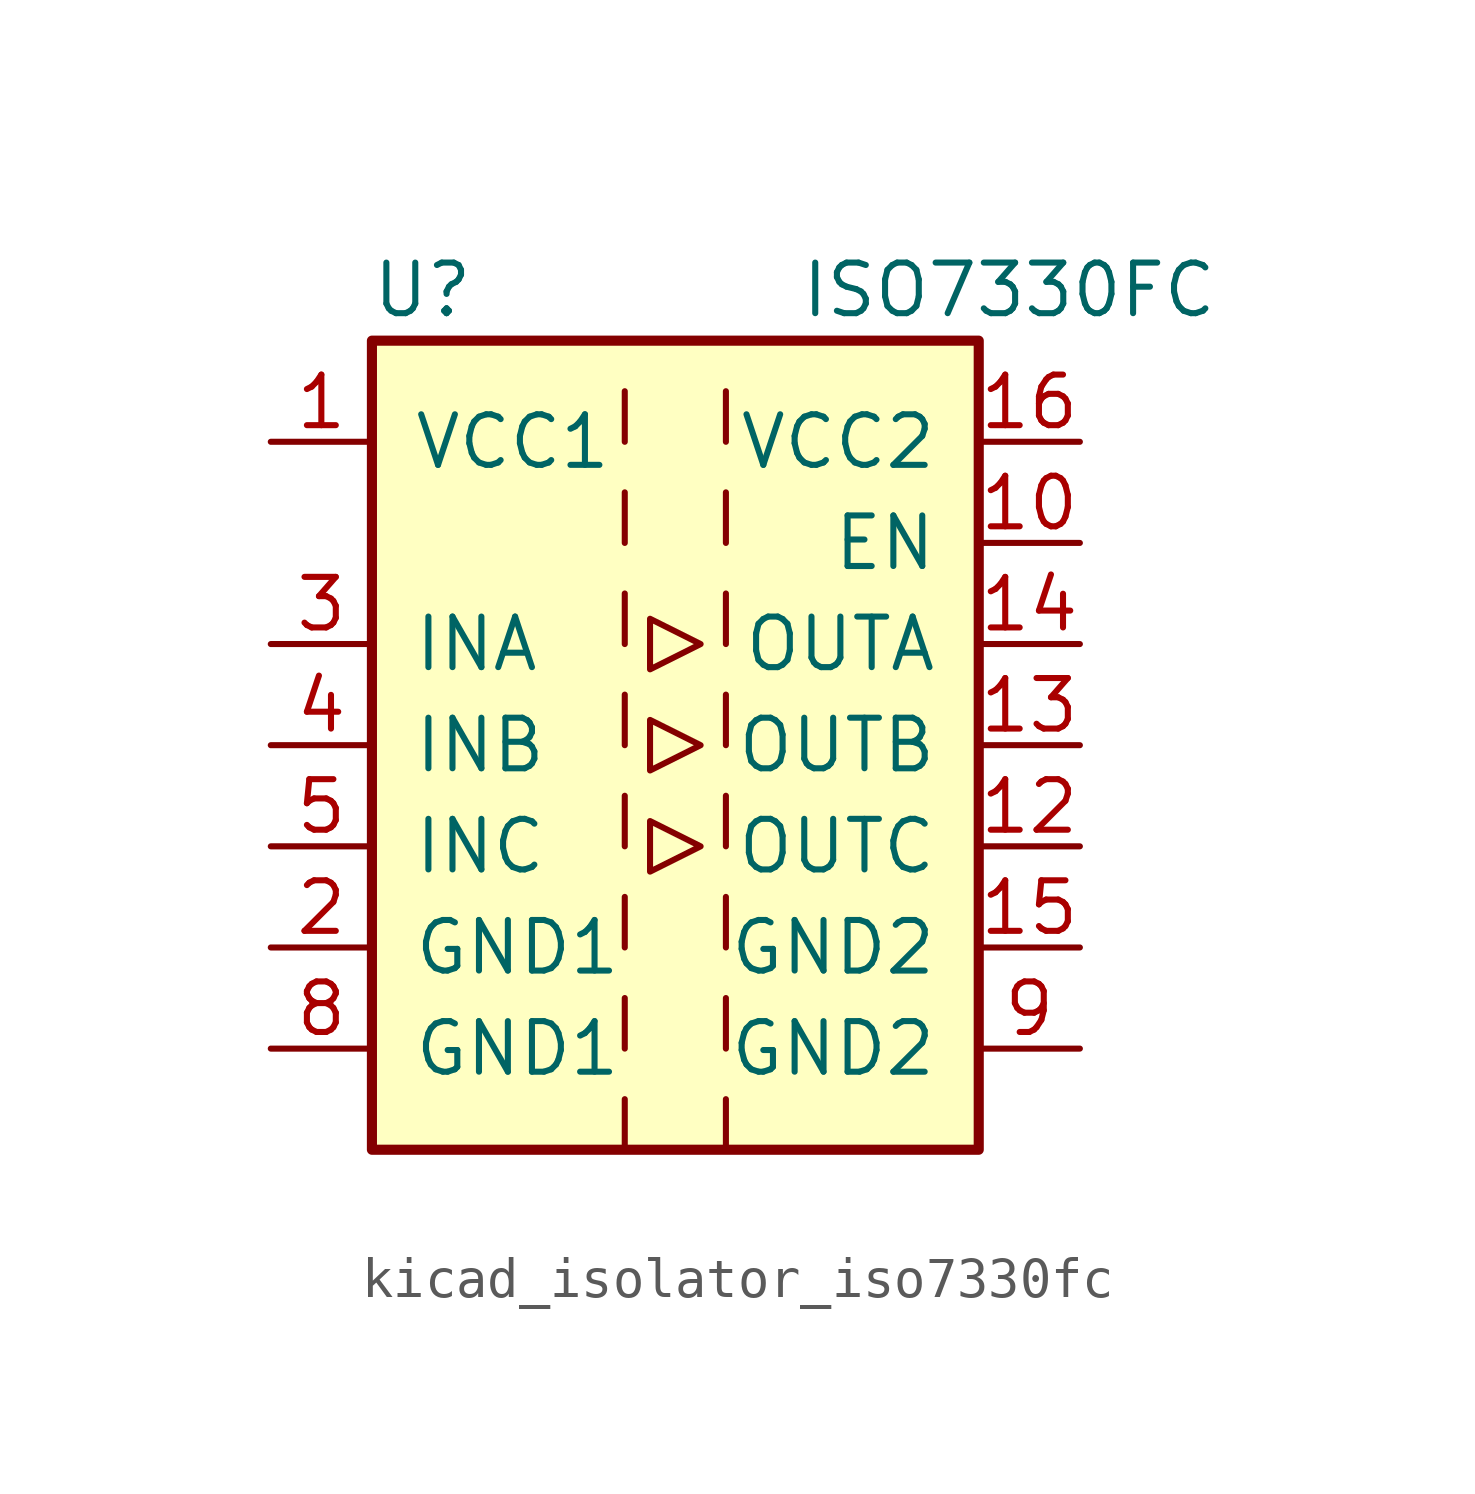
<source format=kicad_sym>
(kicad_symbol_lib
  (version 20220914)
  (generator kicad_symbol_editor)
  (symbol "kicad_isolator_iso7330fc"
    (pin_names
      (offset 1.016))
    (property "Reference" "U"
      (at -6.35 11.43 0)
      (effects (font (size 1.27 1.27))))
    (property "Value" "ISO7330FC"
      (at 8.382 11.43 0)
      (effects (font (size 1.27 1.27))))
    (symbol "kicad_isolator_iso7330fc_0_1"
      (rectangle (start -7.62 10.16) (end 7.62 -10.16) (stroke (width 0.254) (type default)) (fill (type background)))
      (polyline (pts (xy -1.27 -8.89) (xy -1.27 -10.16)) (stroke (width 0) (type default)) (fill (type none)))
      (polyline (pts (xy -1.27 -6.35) (xy -1.27 -7.62)) (stroke (width 0) (type default)) (fill (type none)))
      (polyline (pts (xy -1.27 -3.81) (xy -1.27 -5.08)) (stroke (width 0) (type default)) (fill (type none)))
      (polyline (pts (xy -1.27 -1.27) (xy -1.27 -2.54)) (stroke (width 0) (type default)) (fill (type none)))
      (polyline (pts (xy -1.27 1.27) (xy -1.27 0)) (stroke (width 0) (type default)) (fill (type none)))
      (polyline (pts (xy -1.27 3.81) (xy -1.27 2.54)) (stroke (width 0) (type default)) (fill (type none)))
      (polyline (pts (xy -1.27 6.35) (xy -1.27 5.08)) (stroke (width 0) (type default)) (fill (type none)))
      (polyline (pts (xy -1.27 8.89) (xy -1.27 7.62)) (stroke (width 0) (type default)) (fill (type none)))
      (polyline (pts (xy 1.27 -8.89) (xy 1.27 -10.16)) (stroke (width 0) (type default)) (fill (type none)))
      (polyline (pts (xy 1.27 -6.35) (xy 1.27 -7.62)) (stroke (width 0) (type default)) (fill (type none)))
      (polyline (pts (xy 1.27 -3.81) (xy 1.27 -5.08)) (stroke (width 0) (type default)) (fill (type none)))
      (polyline (pts (xy 1.27 -1.27) (xy 1.27 -2.54)) (stroke (width 0) (type default)) (fill (type none)))
      (polyline (pts (xy 1.27 1.27) (xy 1.27 0)) (stroke (width 0) (type default)) (fill (type none)))
      (polyline (pts (xy 1.27 3.81) (xy 1.27 2.54)) (stroke (width 0) (type default)) (fill (type none)))
      (polyline (pts (xy 1.27 6.35) (xy 1.27 5.08)) (stroke (width 0) (type default)) (fill (type none)))
      (polyline (pts (xy 1.27 8.89) (xy 1.27 7.62)) (stroke (width 0) (type default)) (fill (type none)))
      (polyline (pts (xy -0.635 -1.905) (xy -0.635 -3.175) (xy 0.635 -2.54) (xy -0.635 -1.905)) (stroke (width 0) (type default)) (fill (type none)))
      (polyline (pts (xy -0.635 0.635) (xy -0.635 -0.635) (xy 0.635 0) (xy -0.635 0.635)) (stroke (width 0) (type default)) (fill (type none)))
      (polyline (pts (xy -0.635 3.175) (xy -0.635 1.905) (xy 0.635 2.54) (xy -0.635 3.175)) (stroke (width 0) (type default)) (fill (type none))))
    (symbol "kicad_isolator_iso7330fc_1_1"
      (pin power_in line (at -10.16 7.62 0) (length 2.54) (name "VCC1" (effects (font (size 1.27 1.27)))) (number "1" (effects (font (size 1.27 1.27)))))
      (pin input line (at 10.16 5.08 180) (length 2.54) (name "EN" (effects (font (size 1.27 1.27)))) (number "10" (effects (font (size 1.27 1.27)))))
      (pin no_connect line (at -7.62 5.08 0) (length 2.54) hide (name "NC" (effects (font (size 1.27 1.27)))) (number "11" (effects (font (size 1.27 1.27)))))
      (pin output line (at 10.16 -2.54 180) (length 2.54) (name "OUTC" (effects (font (size 1.27 1.27)))) (number "12" (effects (font (size 1.27 1.27)))))
      (pin output line (at 10.16 0 180) (length 2.54) (name "OUTB" (effects (font (size 1.27 1.27)))) (number "13" (effects (font (size 1.27 1.27)))))
      (pin output line (at 10.16 2.54 180) (length 2.54) (name "OUTA" (effects (font (size 1.27 1.27)))) (number "14" (effects (font (size 1.27 1.27)))))
      (pin power_in line (at 10.16 -5.08 180) (length 2.54) (name "GND2" (effects (font (size 1.27 1.27)))) (number "15" (effects (font (size 1.27 1.27)))))
      (pin power_in line (at 10.16 7.62 180) (length 2.54) (name "VCC2" (effects (font (size 1.27 1.27)))) (number "16" (effects (font (size 1.27 1.27)))))
      (pin power_in line (at -10.16 -5.08 0) (length 2.54) (name "GND1" (effects (font (size 1.27 1.27)))) (number "2" (effects (font (size 1.27 1.27)))))
      (pin input line (at -10.16 2.54 0) (length 2.54) (name "INA" (effects (font (size 1.27 1.27)))) (number "3" (effects (font (size 1.27 1.27)))))
      (pin input line (at -10.16 0 0) (length 2.54) (name "INB" (effects (font (size 1.27 1.27)))) (number "4" (effects (font (size 1.27 1.27)))))
      (pin input line (at -10.16 -2.54 0) (length 2.54) (name "INC" (effects (font (size 1.27 1.27)))) (number "5" (effects (font (size 1.27 1.27)))))
      (pin no_connect line (at 0 -10.16 90) (length 2.54) hide (name "NC" (effects (font (size 1.27 1.27)))) (number "6" (effects (font (size 1.27 1.27)))))
      (pin no_connect line (at 0 10.16 270) (length 2.54) hide (name "NC" (effects (font (size 1.27 1.27)))) (number "7" (effects (font (size 1.27 1.27)))))
      (pin power_in line (at -10.16 -7.62 0) (length 2.54) (name "GND1" (effects (font (size 1.27 1.27)))) (number "8" (effects (font (size 1.27 1.27)))))
      (pin power_in line (at 10.16 -7.62 180) (length 2.54) (name "GND2" (effects (font (size 1.27 1.27)))) (number "9" (effects (font (size 1.27 1.27))))))))
</source>
